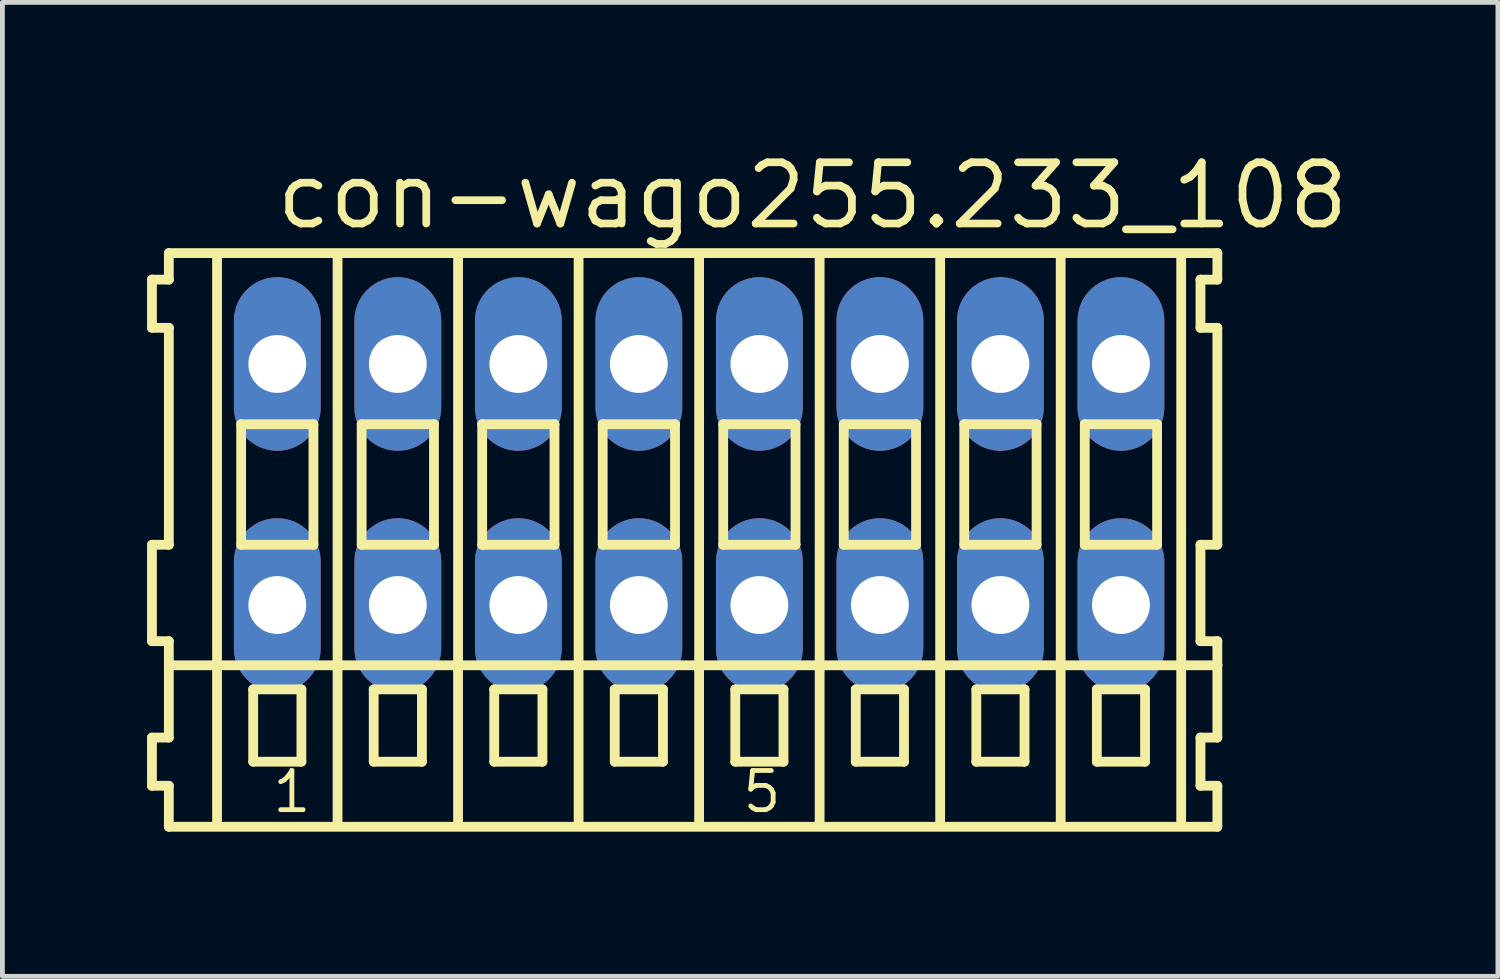
<source format=kicad_pcb>
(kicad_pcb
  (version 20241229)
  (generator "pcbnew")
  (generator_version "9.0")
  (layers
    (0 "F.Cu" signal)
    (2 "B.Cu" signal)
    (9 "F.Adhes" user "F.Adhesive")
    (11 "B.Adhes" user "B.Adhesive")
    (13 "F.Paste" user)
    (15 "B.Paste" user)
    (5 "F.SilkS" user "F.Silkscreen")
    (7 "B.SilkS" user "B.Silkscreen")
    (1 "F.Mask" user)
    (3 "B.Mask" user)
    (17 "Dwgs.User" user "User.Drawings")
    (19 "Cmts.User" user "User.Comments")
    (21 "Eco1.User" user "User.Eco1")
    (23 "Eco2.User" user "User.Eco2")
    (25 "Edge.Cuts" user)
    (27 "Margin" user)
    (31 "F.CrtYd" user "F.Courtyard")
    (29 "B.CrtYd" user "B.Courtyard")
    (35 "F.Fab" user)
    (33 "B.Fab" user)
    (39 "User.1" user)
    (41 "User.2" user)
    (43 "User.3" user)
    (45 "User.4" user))
  (footprint "con-wago255.233_108"
    (layer "F.Cu")
    (at 11.452 7)
    (property "Reference" "con-wago255.233_108" (at -8.85 -5.25 0) (layer "F.SilkS") (effects (font (size 1.27 1.27) (thickness 0.16)) (justify left bottom)))
    (attr through_hole)
    (fp_line (start -11.35 -4.25) (end -11.35 -3.25) (stroke (width 0.203) (type default)) (layer "F.SilkS"))
    (fp_line (start -11.35 -3.25) (end -11 -3.25) (stroke (width 0.203) (type default)) (layer "F.SilkS"))
    (fp_line (start -11.35 1.25) (end -11.35 3.25) (stroke (width 0.203) (type default)) (layer "F.SilkS"))
    (fp_line (start -11.35 3.25) (end -11 3.25) (stroke (width 0.203) (type default)) (layer "F.SilkS"))
    (fp_line (start -11.35 5.25) (end -11.35 6.25) (stroke (width 0.203) (type default)) (layer "F.SilkS"))
    (fp_line (start -11.35 6.25) (end -11 6.25) (stroke (width 0.203) (type default)) (layer "F.SilkS"))
    (fp_line (start -11 -4.8) (end -11 -4.25) (stroke (width 0.203) (type default)) (layer "F.SilkS"))
    (fp_line (start -11 -4.25) (end -11.35 -4.25) (stroke (width 0.203) (type default)) (layer "F.SilkS"))
    (fp_line (start -11 -3.25) (end -11 1.25) (stroke (width 0.203) (type default)) (layer "F.SilkS"))
    (fp_line (start -11 1.25) (end -11.35 1.25) (stroke (width 0.203) (type default)) (layer "F.SilkS"))
    (fp_line (start -11 3.25) (end -11 5.25) (stroke (width 0.203) (type default)) (layer "F.SilkS"))
    (fp_line (start -11 3.75) (end 10.75 3.75) (stroke (width 0.203) (type default)) (layer "F.SilkS"))
    (fp_line (start -11 5.25) (end -11.35 5.25) (stroke (width 0.203) (type default)) (layer "F.SilkS"))
    (fp_line (start -11 6.25) (end -11 7.1) (stroke (width 0.203) (type default)) (layer "F.SilkS"))
    (fp_line (start -11 7.1) (end 10.75 7.1) (stroke (width 0.203) (type default)) (layer "F.SilkS"))
    (fp_line (start -10 -4.75) (end -10 7) (stroke (width 0.203) (type default)) (layer "F.SilkS"))
    (fp_line (start -9.5 -1.25) (end -9.5 1.25) (stroke (width 0.203) (type default)) (layer "F.SilkS"))
    (fp_line (start -9.5 1.25) (end -8 1.25) (stroke (width 0.203) (type default)) (layer "F.SilkS"))
    (fp_line (start -9.25 4.25) (end -9.25 5.75) (stroke (width 0.203) (type default)) (layer "F.SilkS"))
    (fp_line (start -9.25 5.75) (end -8.25 5.75) (stroke (width 0.203) (type default)) (layer "F.SilkS"))
    (fp_line (start -8.25 4.25) (end -9.25 4.25) (stroke (width 0.203) (type default)) (layer "F.SilkS"))
    (fp_line (start -8.25 5.75) (end -8.25 4.25) (stroke (width 0.203) (type default)) (layer "F.SilkS"))
    (fp_line (start -8 -1.25) (end -9.5 -1.25) (stroke (width 0.203) (type default)) (layer "F.SilkS"))
    (fp_line (start -8 1.25) (end -8 -1.25) (stroke (width 0.203) (type default)) (layer "F.SilkS"))
    (fp_line (start -7.5 -4.75) (end -7.5 7) (stroke (width 0.203) (type default)) (layer "F.SilkS"))
    (fp_line (start -7 -1.25) (end -7 1.25) (stroke (width 0.203) (type default)) (layer "F.SilkS"))
    (fp_line (start -7 1.25) (end -5.5 1.25) (stroke (width 0.203) (type default)) (layer "F.SilkS"))
    (fp_line (start -6.75 4.25) (end -6.75 5.75) (stroke (width 0.203) (type default)) (layer "F.SilkS"))
    (fp_line (start -6.75 5.75) (end -5.75 5.75) (stroke (width 0.203) (type default)) (layer "F.SilkS"))
    (fp_line (start -5.75 4.25) (end -6.75 4.25) (stroke (width 0.203) (type default)) (layer "F.SilkS"))
    (fp_line (start -5.75 5.75) (end -5.75 4.25) (stroke (width 0.203) (type default)) (layer "F.SilkS"))
    (fp_line (start -5.5 -1.25) (end -7 -1.25) (stroke (width 0.203) (type default)) (layer "F.SilkS"))
    (fp_line (start -5.5 1.25) (end -5.5 -1.25) (stroke (width 0.203) (type default)) (layer "F.SilkS"))
    (fp_line (start -5 -4.75) (end -5 7) (stroke (width 0.203) (type default)) (layer "F.SilkS"))
    (fp_line (start -4.5 -1.25) (end -4.5 1.25) (stroke (width 0.203) (type default)) (layer "F.SilkS"))
    (fp_line (start -4.5 1.25) (end -3 1.25) (stroke (width 0.203) (type default)) (layer "F.SilkS"))
    (fp_line (start -4.25 4.25) (end -4.25 5.75) (stroke (width 0.203) (type default)) (layer "F.SilkS"))
    (fp_line (start -4.25 5.75) (end -3.25 5.75) (stroke (width 0.203) (type default)) (layer "F.SilkS"))
    (fp_line (start -3.25 4.25) (end -4.25 4.25) (stroke (width 0.203) (type default)) (layer "F.SilkS"))
    (fp_line (start -3.25 5.75) (end -3.25 4.25) (stroke (width 0.203) (type default)) (layer "F.SilkS"))
    (fp_line (start -3 -1.25) (end -4.5 -1.25) (stroke (width 0.203) (type default)) (layer "F.SilkS"))
    (fp_line (start -3 1.25) (end -3 -1.25) (stroke (width 0.203) (type default)) (layer "F.SilkS"))
    (fp_line (start -2.5 -4.75) (end -2.5 7) (stroke (width 0.203) (type default)) (layer "F.SilkS"))
    (fp_line (start -2 -1.25) (end -2 1.25) (stroke (width 0.203) (type default)) (layer "F.SilkS"))
    (fp_line (start -2 1.25) (end -0.5 1.25) (stroke (width 0.203) (type default)) (layer "F.SilkS"))
    (fp_line (start -1.75 4.25) (end -1.75 5.75) (stroke (width 0.203) (type default)) (layer "F.SilkS"))
    (fp_line (start -1.75 5.75) (end -0.75 5.75) (stroke (width 0.203) (type default)) (layer "F.SilkS"))
    (fp_line (start -0.75 4.25) (end -1.75 4.25) (stroke (width 0.203) (type default)) (layer "F.SilkS"))
    (fp_line (start -0.75 5.75) (end -0.75 4.25) (stroke (width 0.203) (type default)) (layer "F.SilkS"))
    (fp_line (start -0.5 -1.25) (end -2 -1.25) (stroke (width 0.203) (type default)) (layer "F.SilkS"))
    (fp_line (start -0.5 1.25) (end -0.5 -1.25) (stroke (width 0.203) (type default)) (layer "F.SilkS"))
    (fp_line (start 0 -4.75) (end 0 7) (stroke (width 0.203) (type default)) (layer "F.SilkS"))
    (fp_line (start 0.5 -1.25) (end 0.5 1.25) (stroke (width 0.203) (type default)) (layer "F.SilkS"))
    (fp_line (start 0.5 1.25) (end 2 1.25) (stroke (width 0.203) (type default)) (layer "F.SilkS"))
    (fp_line (start 0.75 4.25) (end 0.75 5.75) (stroke (width 0.203) (type default)) (layer "F.SilkS"))
    (fp_line (start 0.75 5.75) (end 1.75 5.75) (stroke (width 0.203) (type default)) (layer "F.SilkS"))
    (fp_line (start 1.75 4.25) (end 0.75 4.25) (stroke (width 0.203) (type default)) (layer "F.SilkS"))
    (fp_line (start 1.75 5.75) (end 1.75 4.25) (stroke (width 0.203) (type default)) (layer "F.SilkS"))
    (fp_line (start 2 -1.25) (end 0.5 -1.25) (stroke (width 0.203) (type default)) (layer "F.SilkS"))
    (fp_line (start 2 1.25) (end 2 -1.25) (stroke (width 0.203) (type default)) (layer "F.SilkS"))
    (fp_line (start 2.5 -4.75) (end 2.5 7) (stroke (width 0.203) (type default)) (layer "F.SilkS"))
    (fp_line (start 3 -1.25) (end 3 1.25) (stroke (width 0.203) (type default)) (layer "F.SilkS"))
    (fp_line (start 3 1.25) (end 4.5 1.25) (stroke (width 0.203) (type default)) (layer "F.SilkS"))
    (fp_line (start 3.25 4.25) (end 3.25 5.75) (stroke (width 0.203) (type default)) (layer "F.SilkS"))
    (fp_line (start 3.25 5.75) (end 4.25 5.75) (stroke (width 0.203) (type default)) (layer "F.SilkS"))
    (fp_line (start 4.25 4.25) (end 3.25 4.25) (stroke (width 0.203) (type default)) (layer "F.SilkS"))
    (fp_line (start 4.25 5.75) (end 4.25 4.25) (stroke (width 0.203) (type default)) (layer "F.SilkS"))
    (fp_line (start 4.5 -1.25) (end 3 -1.25) (stroke (width 0.203) (type default)) (layer "F.SilkS"))
    (fp_line (start 4.5 1.25) (end 4.5 -1.25) (stroke (width 0.203) (type default)) (layer "F.SilkS"))
    (fp_line (start 5 -4.75) (end 5 7) (stroke (width 0.203) (type default)) (layer "F.SilkS"))
    (fp_line (start 5.5 -1.25) (end 5.5 1.25) (stroke (width 0.203) (type default)) (layer "F.SilkS"))
    (fp_line (start 5.5 1.25) (end 7 1.25) (stroke (width 0.203) (type default)) (layer "F.SilkS"))
    (fp_line (start 5.75 4.25) (end 5.75 5.75) (stroke (width 0.203) (type default)) (layer "F.SilkS"))
    (fp_line (start 5.75 5.75) (end 6.75 5.75) (stroke (width 0.203) (type default)) (layer "F.SilkS"))
    (fp_line (start 6.75 4.25) (end 5.75 4.25) (stroke (width 0.203) (type default)) (layer "F.SilkS"))
    (fp_line (start 6.75 5.75) (end 6.75 4.25) (stroke (width 0.203) (type default)) (layer "F.SilkS"))
    (fp_line (start 7 -1.25) (end 5.5 -1.25) (stroke (width 0.203) (type default)) (layer "F.SilkS"))
    (fp_line (start 7 1.25) (end 7 -1.25) (stroke (width 0.203) (type default)) (layer "F.SilkS"))
    (fp_line (start 7.5 -4.75) (end 7.5 7) (stroke (width 0.203) (type default)) (layer "F.SilkS"))
    (fp_line (start 8 -1.25) (end 8 1.25) (stroke (width 0.203) (type default)) (layer "F.SilkS"))
    (fp_line (start 8 1.25) (end 9.5 1.25) (stroke (width 0.203) (type default)) (layer "F.SilkS"))
    (fp_line (start 8.25 4.25) (end 8.25 5.75) (stroke (width 0.203) (type default)) (layer "F.SilkS"))
    (fp_line (start 8.25 5.75) (end 9.25 5.75) (stroke (width 0.203) (type default)) (layer "F.SilkS"))
    (fp_line (start 9.25 4.25) (end 8.25 4.25) (stroke (width 0.203) (type default)) (layer "F.SilkS"))
    (fp_line (start 9.25 5.75) (end 9.25 4.25) (stroke (width 0.203) (type default)) (layer "F.SilkS"))
    (fp_line (start 9.5 -1.25) (end 8 -1.25) (stroke (width 0.203) (type default)) (layer "F.SilkS"))
    (fp_line (start 9.5 1.25) (end 9.5 -1.25) (stroke (width 0.203) (type default)) (layer "F.SilkS"))
    (fp_line (start 10 -4.75) (end 10 7) (stroke (width 0.203) (type default)) (layer "F.SilkS"))
    (fp_line (start 10.4 -4.25) (end 10.4 -3.25) (stroke (width 0.203) (type default)) (layer "F.SilkS"))
    (fp_line (start 10.4 -3.25) (end 10.75 -3.25) (stroke (width 0.203) (type default)) (layer "F.SilkS"))
    (fp_line (start 10.4 1.25) (end 10.4 3.25) (stroke (width 0.203) (type default)) (layer "F.SilkS"))
    (fp_line (start 10.4 3.25) (end 10.75 3.25) (stroke (width 0.203) (type default)) (layer "F.SilkS"))
    (fp_line (start 10.4 5.25) (end 10.4 6.25) (stroke (width 0.203) (type default)) (layer "F.SilkS"))
    (fp_line (start 10.4 6.25) (end 10.75 6.25) (stroke (width 0.203) (type default)) (layer "F.SilkS"))
    (fp_line (start 10.75 -4.8) (end -11 -4.8) (stroke (width 0.203) (type default)) (layer "F.SilkS"))
    (fp_line (start 10.75 -4.25) (end 10.4 -4.25) (stroke (width 0.203) (type default)) (layer "F.SilkS"))
    (fp_line (start 10.75 -4.25) (end 10.75 -4.8) (stroke (width 0.203) (type default)) (layer "F.SilkS"))
    (fp_line (start 10.75 1.25) (end 10.4 1.25) (stroke (width 0.203) (type default)) (layer "F.SilkS"))
    (fp_line (start 10.75 1.25) (end 10.75 -3.25) (stroke (width 0.203) (type default)) (layer "F.SilkS"))
    (fp_line (start 10.75 3.75) (end 10.75 3.25) (stroke (width 0.203) (type default)) (layer "F.SilkS"))
    (fp_line (start 10.75 5.25) (end 10.4 5.25) (stroke (width 0.203) (type default)) (layer "F.SilkS"))
    (fp_line (start 10.75 5.25) (end 10.75 3.75) (stroke (width 0.203) (type default)) (layer "F.SilkS"))
    (fp_line (start 10.75 7.1) (end 10.75 6.25) (stroke (width 0.203) (type default)) (layer "F.SilkS"))
    (fp_text user "1" (at -8.9 6.85 0) (layer "F.SilkS") (effects (font (size 0.813 0.813) (thickness 0.1)) (justify left bottom)))
    (fp_text user "5" (at 0.85 6.85 0) (layer "F.SilkS") (effects (font (size 0.813 0.813) (thickness 0.1)) (justify left bottom)))
    (pad "A1" thru_hole oval (at -8.75 -2.5 90) (size 3.6 1.8) (drill 1.2) (layers "*.Cu" "*.Mask"))
    (pad "A2" thru_hole oval (at -6.25 -2.5 90) (size 3.6 1.8) (drill 1.2) (layers "*.Cu" "*.Mask"))
    (pad "A3" thru_hole oval (at -3.75 -2.5 90) (size 3.6 1.8) (drill 1.2) (layers "*.Cu" "*.Mask"))
    (pad "A4" thru_hole oval (at -1.25 -2.5 90) (size 3.6 1.8) (drill 1.2) (layers "*.Cu" "*.Mask"))
    (pad "A5" thru_hole oval (at 1.25 -2.5 90) (size 3.6 1.8) (drill 1.2) (layers "*.Cu" "*.Mask"))
    (pad "A6" thru_hole oval (at 3.75 -2.5 90) (size 3.6 1.8) (drill 1.2) (layers "*.Cu" "*.Mask"))
    (pad "A7" thru_hole oval (at 6.25 -2.5 90) (size 3.6 1.8) (drill 1.2) (layers "*.Cu" "*.Mask"))
    (pad "A8" thru_hole oval (at 8.75 -2.5 90) (size 3.6 1.8) (drill 1.2) (layers "*.Cu" "*.Mask"))
    (pad "B1" thru_hole oval (at -8.75 2.5 90) (size 3.6 1.8) (drill 1.2) (layers "*.Cu" "*.Mask"))
    (pad "B2" thru_hole oval (at -6.25 2.5 90) (size 3.6 1.8) (drill 1.2) (layers "*.Cu" "*.Mask"))
    (pad "B3" thru_hole oval (at -3.75 2.5 90) (size 3.6 1.8) (drill 1.2) (layers "*.Cu" "*.Mask"))
    (pad "B4" thru_hole oval (at -1.25 2.5 90) (size 3.6 1.8) (drill 1.2) (layers "*.Cu" "*.Mask"))
    (pad "B5" thru_hole oval (at 1.25 2.5 90) (size 3.6 1.8) (drill 1.2) (layers "*.Cu" "*.Mask"))
    (pad "B6" thru_hole oval (at 3.75 2.5 90) (size 3.6 1.8) (drill 1.2) (layers "*.Cu" "*.Mask"))
    (pad "B7" thru_hole oval (at 6.25 2.5 90) (size 3.6 1.8) (drill 1.2) (layers "*.Cu" "*.Mask"))
    (pad "B8" thru_hole oval (at 8.75 2.5 90) (size 3.6 1.8) (drill 1.2) (layers "*.Cu" "*.Mask")))
  (gr_rect
    (start -3 -3)
    (end 28.022 17.202)
    (stroke (width 0.1) (type default))
    (fill no)
    (layer "Edge.Cuts")))
</source>
